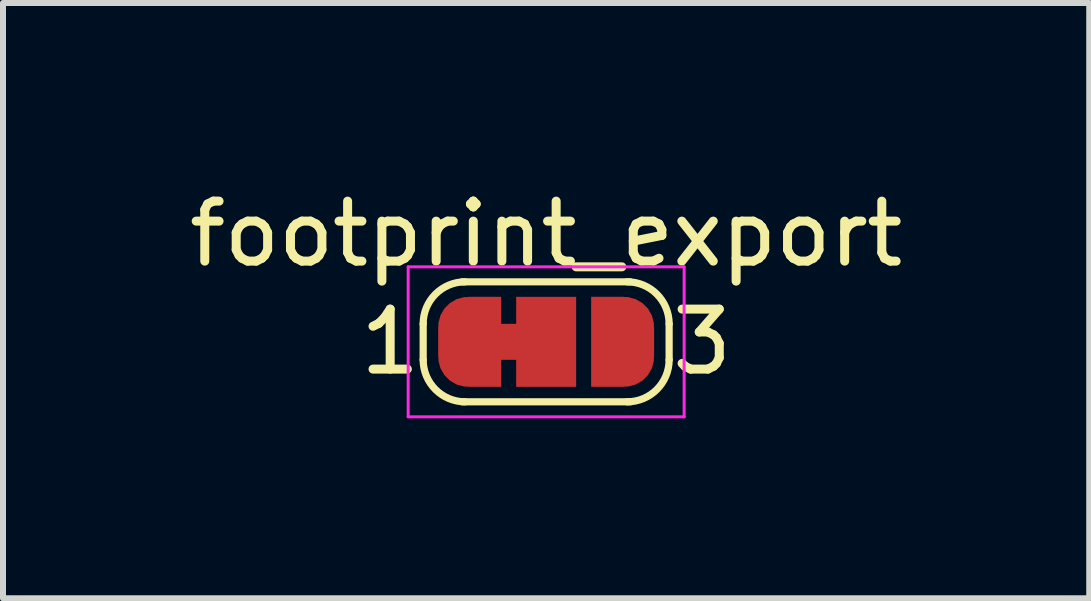
<source format=kicad_pcb>
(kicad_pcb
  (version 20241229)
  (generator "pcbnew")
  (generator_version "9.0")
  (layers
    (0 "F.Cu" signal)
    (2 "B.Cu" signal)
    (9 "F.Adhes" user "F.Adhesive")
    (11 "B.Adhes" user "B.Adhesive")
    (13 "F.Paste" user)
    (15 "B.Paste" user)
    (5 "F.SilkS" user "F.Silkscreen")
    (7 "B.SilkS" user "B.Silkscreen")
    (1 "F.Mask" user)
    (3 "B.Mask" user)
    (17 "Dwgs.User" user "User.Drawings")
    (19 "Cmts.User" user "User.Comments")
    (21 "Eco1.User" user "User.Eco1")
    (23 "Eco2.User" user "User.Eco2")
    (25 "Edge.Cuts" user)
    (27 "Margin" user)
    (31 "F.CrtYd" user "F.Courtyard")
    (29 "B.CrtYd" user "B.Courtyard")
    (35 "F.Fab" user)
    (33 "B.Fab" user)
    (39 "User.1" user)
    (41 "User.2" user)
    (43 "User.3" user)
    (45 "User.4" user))
  (footprint "footprint_export"
    (layer "F.Cu")
    (at 6.054 2.648)
    (property "Reference" "footprint_export" (at 0 -1.8 0) (layer "F.SilkS") (effects (font (size 1 1) (thickness 0.15))))
    (attr exclude_from_pos_files exclude_from_bom)
    (fp_poly (pts (xy -0.9 -0.3) (xy -0.4 -0.3) (xy -0.4 0.3) (xy -0.9 0.3)) (stroke (width 0) (type solid)) (fill yes) (layer "F.Cu"))
    (fp_line (start -2.05 0.3) (end -2.05 -0.3) (stroke (width 0.12) (type solid)) (layer "F.SilkS"))
    (fp_line (start -1.4 -1) (end 1.4 -1) (stroke (width 0.12) (type solid)) (layer "F.SilkS"))
    (fp_line (start 1.4 1) (end -1.4 1) (stroke (width 0.12) (type solid)) (layer "F.SilkS"))
    (fp_line (start 2.05 -0.3) (end 2.05 0.3) (stroke (width 0.12) (type solid)) (layer "F.SilkS"))
    (fp_arc (start -2.05 -0.3) (mid -1.844975 -0.794975) (end -1.35 -1) (stroke (width 0.12) (type solid)) (layer "F.SilkS"))
    (fp_arc (start -1.35 1) (mid -1.844975 0.794975) (end -2.05 0.3) (stroke (width 0.12) (type solid)) (layer "F.SilkS"))
    (fp_arc (start 1.35 -1) (mid 1.844975 -0.794975) (end 2.05 -0.3) (stroke (width 0.12) (type solid)) (layer "F.SilkS"))
    (fp_arc (start 2.05 0.3) (mid 1.844975 0.794975) (end 1.35 1) (stroke (width 0.12) (type solid)) (layer "F.SilkS"))
    (fp_line (start -2.3 -1.25) (end -2.3 1.25) (stroke (width 0.05) (type solid)) (layer "F.CrtYd"))
    (fp_line (start -2.3 -1.25) (end 2.3 -1.25) (stroke (width 0.05) (type solid)) (layer "F.CrtYd"))
    (fp_line (start 2.3 1.25) (end -2.3 1.25) (stroke (width 0.05) (type solid)) (layer "F.CrtYd"))
    (fp_line (start 2.3 1.25) (end 2.3 -1.25) (stroke (width 0.05) (type solid)) (layer "F.CrtYd"))
    (fp_text user "3" (at 2.6 0 0) (layer "F.SilkS") (effects (font (size 1 1) (thickness 0.15))))
    (fp_text user "1" (at -2.6 0 0) (layer "F.SilkS") (effects (font (size 1 1) (thickness 0.15))))
    (pad "1" smd custom (at -1.3 0) (size 1 0.5) (layers "F.Cu" "F.Mask") (options (anchor rect)) (primitives (gr_poly (pts (xy 0.55 0.75) (xy 0 0.75) (xy 0 -0.75) (xy 0.55 -0.75)) (width 0) (fill yes)) (gr_circle (center 0 0.25) (end 0.5 0.25) (width 0) (fill yes)) (gr_circle (center 0 -0.25) (end 0.5 -0.25) (width 0) (fill yes))))
    (pad "2" smd rect (at 0 0) (size 1 1.5) (layers "F.Cu" "F.Mask"))
    (pad "3" smd custom (at 1.3 0) (size 1 0.5) (layers "F.Cu" "F.Mask") (options (anchor rect)) (primitives (gr_circle (center 0 0.25) (end 0.5 0.25) (width 0) (fill yes)) (gr_circle (center 0 -0.25) (end 0.5 -0.25) (width 0) (fill yes)) (gr_poly (pts (xy 0 0.75) (xy -0.55 0.75) (xy -0.55 -0.75) (xy 0 -0.75)) (width 0) (fill yes)))))
  (gr_rect
    (start -3 -3)
    (end 15.107 6.923)
    (stroke (width 0.1) (type default))
    (fill no)
    (layer "Edge.Cuts")))
</source>
